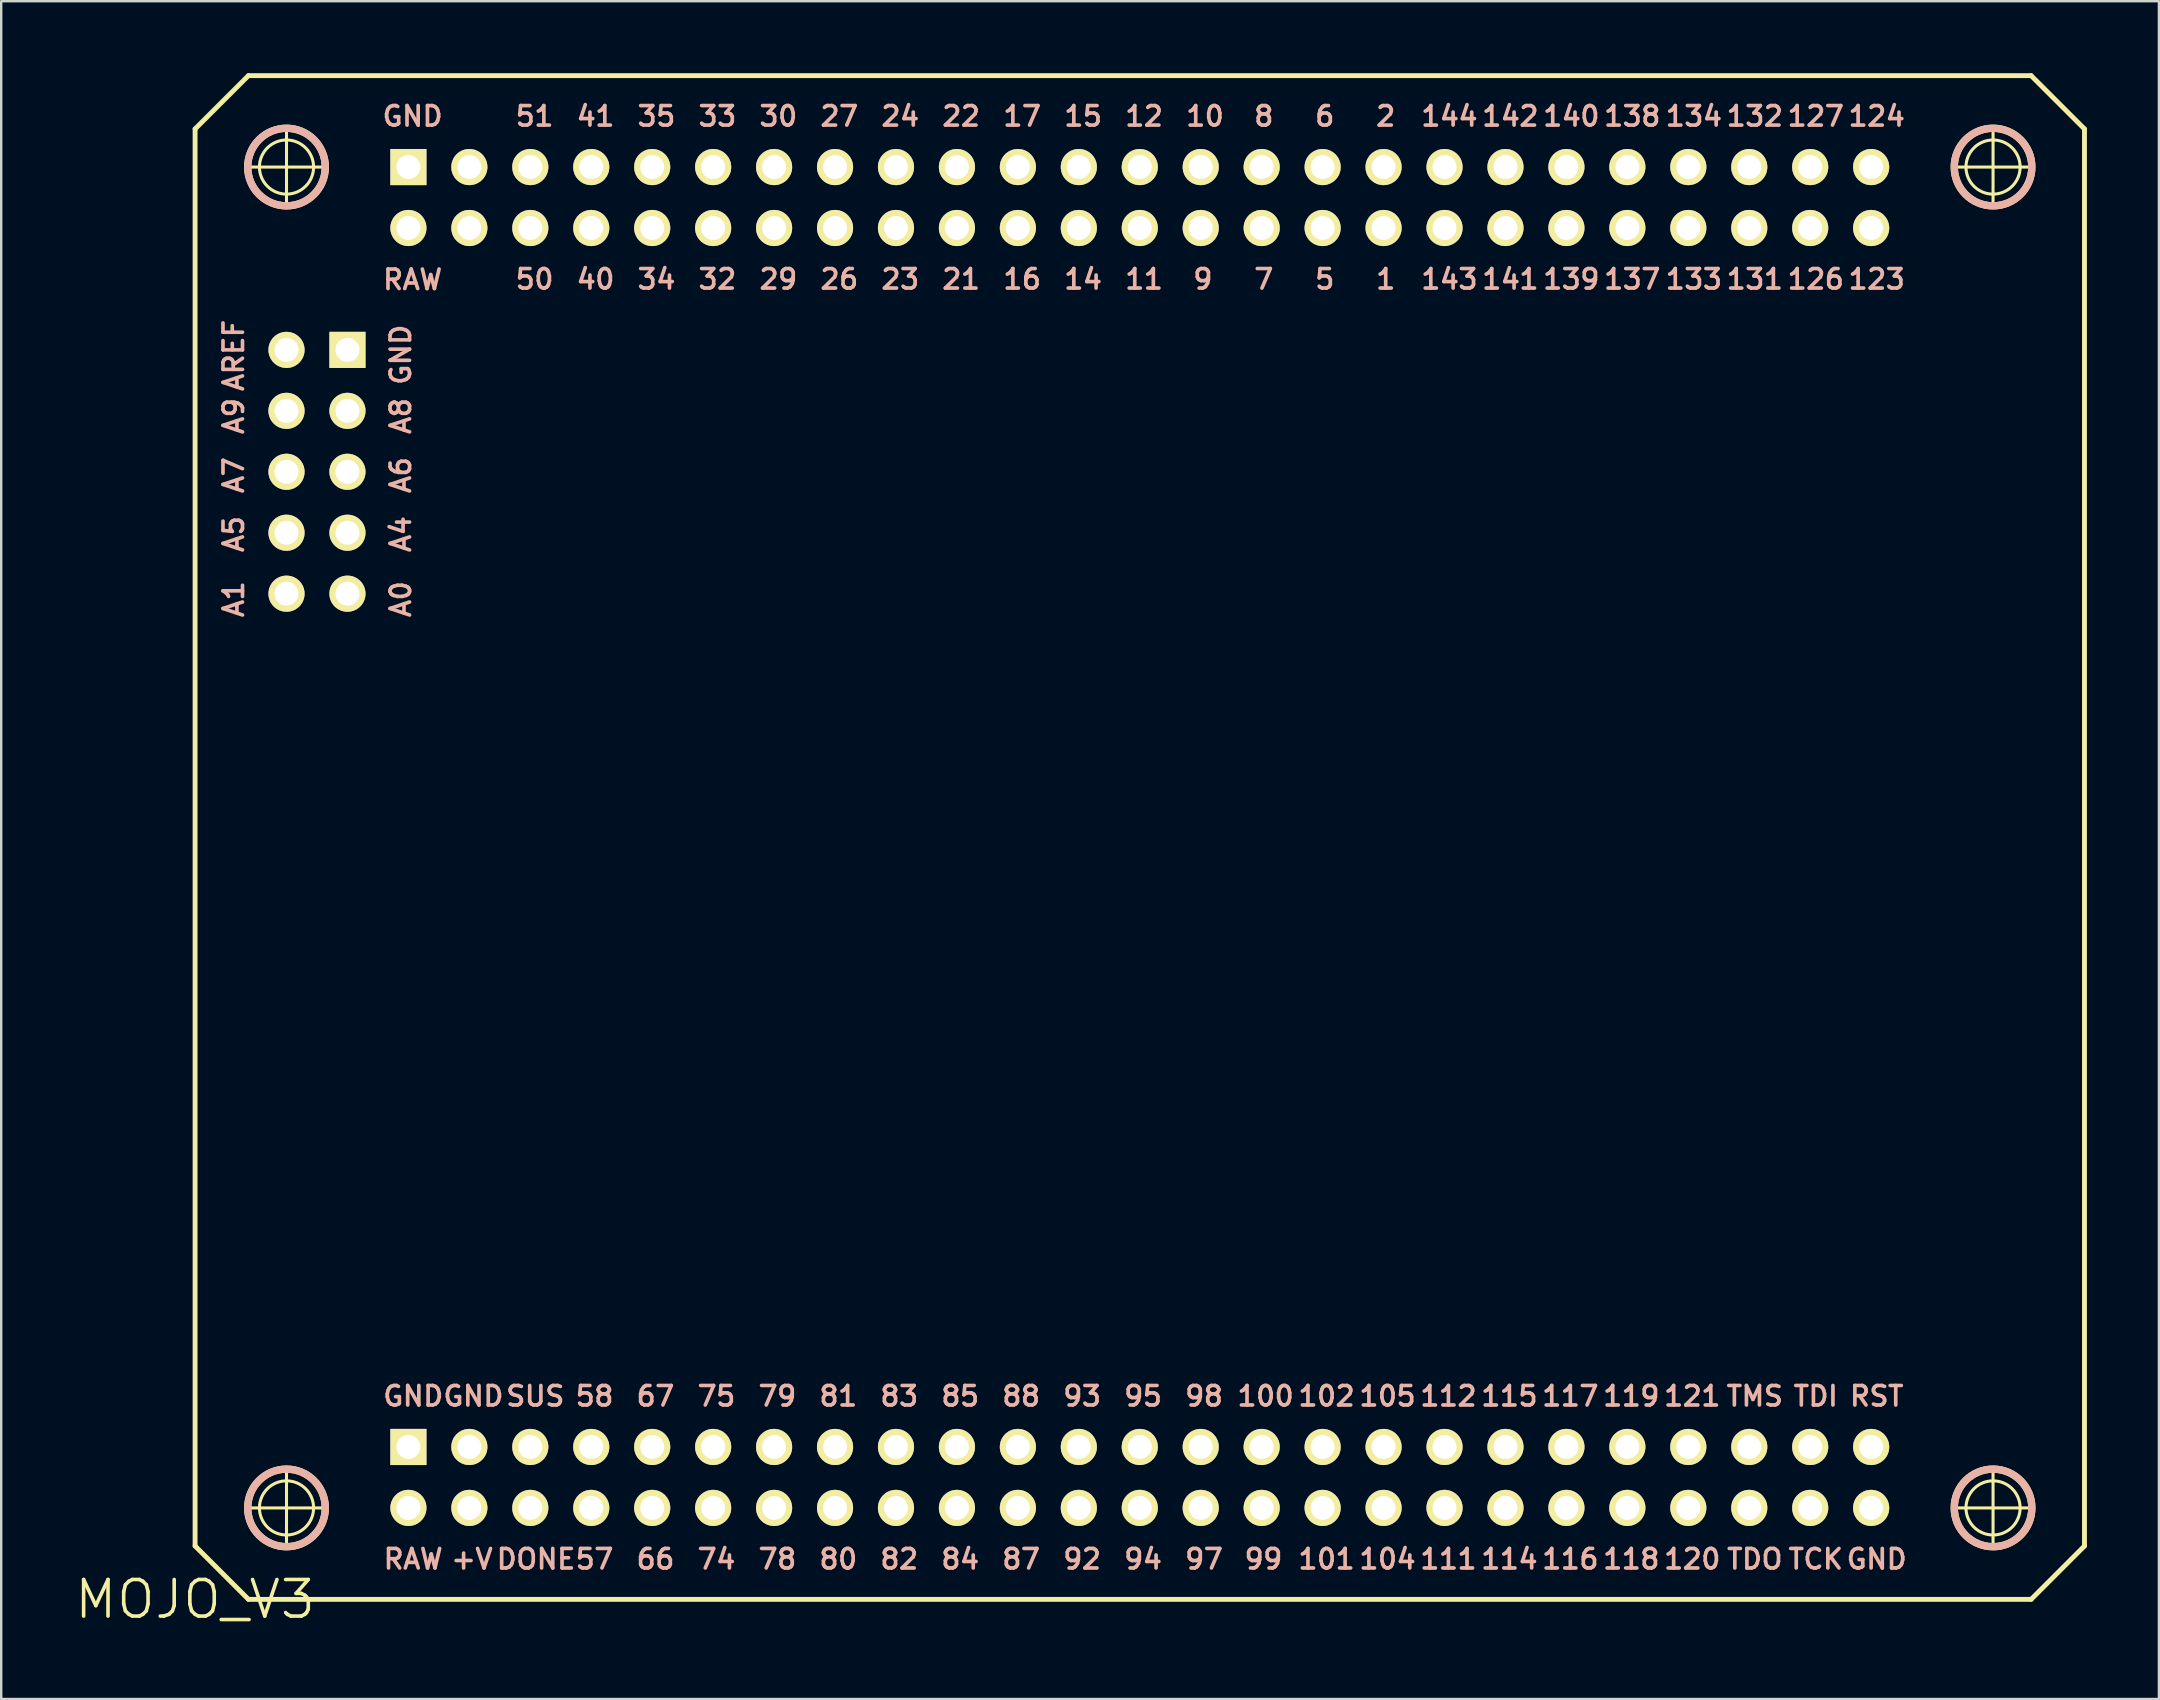
<source format=kicad_pcb>
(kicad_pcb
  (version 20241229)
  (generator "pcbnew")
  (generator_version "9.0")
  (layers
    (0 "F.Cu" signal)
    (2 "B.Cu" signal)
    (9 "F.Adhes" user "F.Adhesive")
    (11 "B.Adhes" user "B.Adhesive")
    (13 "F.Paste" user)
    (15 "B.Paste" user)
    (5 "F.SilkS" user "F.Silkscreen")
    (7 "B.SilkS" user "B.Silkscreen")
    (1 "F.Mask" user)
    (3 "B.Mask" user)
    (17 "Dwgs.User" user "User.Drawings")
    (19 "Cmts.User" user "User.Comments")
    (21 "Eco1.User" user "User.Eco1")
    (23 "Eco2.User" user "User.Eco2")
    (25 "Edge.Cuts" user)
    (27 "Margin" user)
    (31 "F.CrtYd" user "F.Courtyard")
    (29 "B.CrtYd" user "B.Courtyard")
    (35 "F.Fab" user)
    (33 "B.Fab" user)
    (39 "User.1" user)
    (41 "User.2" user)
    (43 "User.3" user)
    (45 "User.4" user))
  (footprint "MOJO_V3"
    (layer "F.Cu")
    (at 5.08 63.602)
    (property "Reference" "MOJO_V3" (at 0 0 0) (layer "F.SilkS") (effects (font (size 1.524 1.524) (thickness 0.15))))
    (attr exclude_from_pos_files exclude_from_bom)
    (fp_line (start 0 -61.278) (end 0 -2.223) (stroke (width 0.203) (type solid)) (layer "F.SilkS"))
    (fp_line (start 0 -2.223) (end 2.223 0) (stroke (width 0.203) (type solid)) (layer "F.SilkS"))
    (fp_line (start 2.21 -59.69) (end 5.408 -59.69) (stroke (width 0.127) (type solid)) (layer "F.SilkS"))
    (fp_line (start 2.21 -3.81) (end 5.408 -3.81) (stroke (width 0.127) (type solid)) (layer "F.SilkS"))
    (fp_line (start 2.223 -63.5) (end 0 -61.278) (stroke (width 0.203) (type solid)) (layer "F.SilkS"))
    (fp_line (start 2.223 0) (end 76.517 0) (stroke (width 0.203) (type solid)) (layer "F.SilkS"))
    (fp_line (start 3.81 -58.09) (end 3.81 -61.288) (stroke (width 0.127) (type solid)) (layer "F.SilkS"))
    (fp_line (start 3.81 -2.21) (end 3.81 -5.408) (stroke (width 0.127) (type solid)) (layer "F.SilkS"))
    (fp_line (start 73.33 -59.69) (end 76.528 -59.69) (stroke (width 0.127) (type solid)) (layer "F.SilkS"))
    (fp_line (start 73.33 -3.81) (end 76.528 -3.81) (stroke (width 0.127) (type solid)) (layer "F.SilkS"))
    (fp_line (start 74.93 -58.09) (end 74.93 -61.288) (stroke (width 0.127) (type solid)) (layer "F.SilkS"))
    (fp_line (start 74.93 -2.21) (end 74.93 -5.408) (stroke (width 0.127) (type solid)) (layer "F.SilkS"))
    (fp_line (start 76.517 -63.5) (end 2.223 -63.5) (stroke (width 0.203) (type solid)) (layer "F.SilkS"))
    (fp_line (start 76.517 0) (end 78.74 -2.223) (stroke (width 0.203) (type solid)) (layer "F.SilkS"))
    (fp_line (start 78.74 -61.278) (end 76.517 -63.5) (stroke (width 0.203) (type solid)) (layer "F.SilkS"))
    (fp_line (start 78.74 -2.223) (end 78.74 -61.278) (stroke (width 0.203) (type solid)) (layer "F.SilkS"))
    (fp_circle (center 3.81 -59.69) (end 4.608 -60.488) (stroke (width 0.127) (type solid)) (fill no) (layer "F.SilkS"))
    (fp_circle (center 3.81 -59.69) (end 4.953 -60.833) (stroke (width 0.305) (type solid)) (fill no) (layer "F.SilkS"))
    (fp_circle (center 3.81 -3.81) (end 4.608 -4.608) (stroke (width 0.127) (type solid)) (fill no) (layer "F.SilkS"))
    (fp_circle (center 3.81 -3.81) (end 4.953 -4.953) (stroke (width 0.305) (type solid)) (fill no) (layer "F.SilkS"))
    (fp_circle (center 74.93 -59.69) (end 75.728 -60.488) (stroke (width 0.127) (type solid)) (fill no) (layer "F.SilkS"))
    (fp_circle (center 74.93 -59.69) (end 76.073 -60.833) (stroke (width 0.305) (type solid)) (fill no) (layer "F.SilkS"))
    (fp_circle (center 74.93 -3.81) (end 75.728 -4.608) (stroke (width 0.127) (type solid)) (fill no) (layer "F.SilkS"))
    (fp_circle (center 74.93 -3.81) (end 76.073 -4.953) (stroke (width 0.305) (type solid)) (fill no) (layer "F.SilkS"))
    (fp_circle (center 3.81 -59.69) (end 4.953 -60.833) (stroke (width 0.305) (type solid)) (fill no) (layer "B.SilkS"))
    (fp_circle (center 3.81 -3.81) (end 4.953 -4.953) (stroke (width 0.305) (type solid)) (fill no) (layer "B.SilkS"))
    (fp_circle (center 74.93 -59.69) (end 76.073 -60.833) (stroke (width 0.305) (type solid)) (fill no) (layer "B.SilkS"))
    (fp_circle (center 74.93 -3.81) (end 76.073 -4.953) (stroke (width 0.305) (type solid)) (fill no) (layer "B.SilkS"))
    (fp_text user "124" (at 70.081 -61.808 0) (layer "B.SilkS") (effects (font (size 0.813 0.813) (thickness 0.152))))
    (fp_text user "TDO" (at 65.001 -1.676 0) (layer "B.SilkS") (effects (font (size 0.813 0.813) (thickness 0.152))))
    (fp_text user "119" (at 59.853 -8.468 0) (layer "B.SilkS") (effects (font (size 0.813 0.813) (thickness 0.152))))
    (fp_text user "143" (at 52.273 -55.016 0) (layer "B.SilkS") (effects (font (size 0.813 0.813) (thickness 0.152))))
    (fp_text user "34" (at 19.228 -55.016 0) (layer "B.SilkS") (effects (font (size 0.813 0.813) (thickness 0.152))))
    (fp_text user "21" (at 31.925 -55.016 0) (layer "B.SilkS") (effects (font (size 0.813 0.813) (thickness 0.152))))
    (fp_text user "93" (at 36.967 -8.468 0) (layer "B.SilkS") (effects (font (size 0.813 0.813) (thickness 0.152))))
    (fp_text user "1" (at 49.619 -55.016 0) (layer "B.SilkS") (effects (font (size 0.813 0.813) (thickness 0.152))))
    (fp_text user "83" (at 29.347 -8.468 0) (layer "B.SilkS") (effects (font (size 0.813 0.813) (thickness 0.152))))
    (fp_text user "84" (at 31.887 -1.676 0) (layer "B.SilkS") (effects (font (size 0.813 0.813) (thickness 0.152))))
    (fp_text user "A4" (at 8.57 -44.392 270) (layer "B.SilkS") (effects (font (size 0.813 0.813) (thickness 0.152))))
    (fp_text user "117" (at 57.313 -8.468 0) (layer "B.SilkS") (effects (font (size 0.813 0.813) (thickness 0.152))))
    (fp_text user "58" (at 16.647 -8.468 0) (layer "B.SilkS") (effects (font (size 0.813 0.813) (thickness 0.152))))
    (fp_text user "24" (at 29.388 -61.808 0) (layer "B.SilkS") (effects (font (size 0.813 0.813) (thickness 0.152))))
    (fp_text user "134" (at 62.461 -61.808 0) (layer "B.SilkS") (effects (font (size 0.813 0.813) (thickness 0.152))))
    (fp_text user "A8" (at 8.57 -49.312 270) (layer "B.SilkS") (effects (font (size 0.813 0.813) (thickness 0.152))))
    (fp_text user "5" (at 47.079 -55.016 0) (layer "B.SilkS") (effects (font (size 0.813 0.813) (thickness 0.152))))
    (fp_text user "132" (at 65.001 -61.808 0) (layer "B.SilkS") (effects (font (size 0.813 0.813) (thickness 0.152))))
    (fp_text user "79" (at 24.267 -8.468 0) (layer "B.SilkS") (effects (font (size 0.813 0.813) (thickness 0.152))))
    (fp_text user "9" (at 41.999 -55.016 0) (layer "B.SilkS") (effects (font (size 0.813 0.813) (thickness 0.152))))
    (fp_text user "TCK" (at 67.541 -1.676 0) (layer "B.SilkS") (effects (font (size 0.813 0.813) (thickness 0.152))))
    (fp_text user "137" (at 59.893 -55.016 0) (layer "B.SilkS") (effects (font (size 0.813 0.813) (thickness 0.152))))
    (fp_text user "127" (at 67.541 -61.808 0) (layer "B.SilkS") (effects (font (size 0.813 0.813) (thickness 0.152))))
    (fp_text user "14" (at 37.008 -55.016 0) (layer "B.SilkS") (effects (font (size 0.813 0.813) (thickness 0.152))))
    (fp_text user "22" (at 31.925 -61.808 0) (layer "B.SilkS") (effects (font (size 0.813 0.813) (thickness 0.152))))
    (fp_text user "92" (at 36.967 -1.676 0) (layer "B.SilkS") (effects (font (size 0.813 0.813) (thickness 0.152))))
    (fp_text user "140" (at 57.353 -61.808 0) (layer "B.SilkS") (effects (font (size 0.813 0.813) (thickness 0.152))))
    (fp_text user "A0" (at 8.57 -41.681 270) (layer "B.SilkS") (effects (font (size 0.813 0.813) (thickness 0.152))))
    (fp_text user "A1" (at 1.608 -41.681 270) (layer "B.SilkS") (effects (font (size 0.813 0.813) (thickness 0.152))))
    (fp_text user "94" (at 39.507 -1.676 0) (layer "B.SilkS") (effects (font (size 0.813 0.813) (thickness 0.152))))
    (fp_text user "57" (at 16.647 -1.676 0) (layer "B.SilkS") (effects (font (size 0.813 0.813) (thickness 0.152))))
    (fp_text user "A6" (at 8.57 -46.85 270) (layer "B.SilkS") (effects (font (size 0.813 0.813) (thickness 0.152))))
    (fp_text user "139" (at 57.353 -55.016 0) (layer "B.SilkS") (effects (font (size 0.813 0.813) (thickness 0.152))))
    (fp_text user "114" (at 54.773 -1.676 0) (layer "B.SilkS") (effects (font (size 0.813 0.813) (thickness 0.152))))
    (fp_text user "2" (at 49.619 -61.808 0) (layer "B.SilkS") (effects (font (size 0.813 0.813) (thickness 0.152))))
    (fp_text user "123" (at 70.081 -55.016 0) (layer "B.SilkS") (effects (font (size 0.813 0.813) (thickness 0.152))))
    (fp_text user "85" (at 31.887 -8.468 0) (layer "B.SilkS") (effects (font (size 0.813 0.813) (thickness 0.152))))
    (fp_text user "26" (at 26.848 -55.016 0) (layer "B.SilkS") (effects (font (size 0.813 0.813) (thickness 0.152))))
    (fp_text user "97" (at 42.047 -1.676 0) (layer "B.SilkS") (effects (font (size 0.813 0.813) (thickness 0.152))))
    (fp_text user "41" (at 16.688 -61.808 0) (layer "B.SilkS") (effects (font (size 0.813 0.813) (thickness 0.152))))
    (fp_text user "144" (at 52.273 -61.808 0) (layer "B.SilkS") (effects (font (size 0.813 0.813) (thickness 0.152))))
    (fp_text user "40" (at 16.688 -55.016 0) (layer "B.SilkS") (effects (font (size 0.813 0.813) (thickness 0.152))))
    (fp_text user "111" (at 52.233 -1.676 0) (layer "B.SilkS") (effects (font (size 0.813 0.813) (thickness 0.152))))
    (fp_text user "95" (at 39.507 -8.468 0) (layer "B.SilkS") (effects (font (size 0.813 0.813) (thickness 0.152))))
    (fp_text user "A7" (at 1.608 -46.85 270) (layer "B.SilkS") (effects (font (size 0.813 0.813) (thickness 0.152))))
    (fp_text user "RST" (at 70.081 -8.468 0) (layer "B.SilkS") (effects (font (size 0.813 0.813) (thickness 0.152))))
    (fp_text user "74" (at 21.727 -1.676 0) (layer "B.SilkS") (effects (font (size 0.813 0.813) (thickness 0.152))))
    (fp_text user "7" (at 44.539 -55.016 0) (layer "B.SilkS") (effects (font (size 0.813 0.813) (thickness 0.152))))
    (fp_text user "AREF" (at 1.608 -51.839 270) (layer "B.SilkS") (effects (font (size 0.813 0.813) (thickness 0.152))))
    (fp_text user "23" (at 29.388 -55.016 0) (layer "B.SilkS") (effects (font (size 0.813 0.813) (thickness 0.152))))
    (fp_text user "10" (at 42.088 -61.808 0) (layer "B.SilkS") (effects (font (size 0.813 0.813) (thickness 0.152))))
    (fp_text user "99" (at 44.524 -1.676 0) (layer "B.SilkS") (effects (font (size 0.813 0.813) (thickness 0.152))))
    (fp_text user "GND" (at 11.6 -8.468 0) (layer "B.SilkS") (effects (font (size 0.813 0.813) (thickness 0.152))))
    (fp_text user "121" (at 62.393 -8.468 0) (layer "B.SilkS") (effects (font (size 0.813 0.813) (thickness 0.152))))
    (fp_text user "+V" (at 11.539 -1.676 0) (layer "B.SilkS") (effects (font (size 0.813 0.813) (thickness 0.152))))
    (fp_text user "87" (at 34.427 -1.676 0) (layer "B.SilkS") (effects (font (size 0.813 0.813) (thickness 0.152))))
    (fp_text user "81" (at 26.807 -8.468 0) (layer "B.SilkS") (effects (font (size 0.813 0.813) (thickness 0.152))))
    (fp_text user "67" (at 19.187 -8.468 0) (layer "B.SilkS") (effects (font (size 0.813 0.813) (thickness 0.152))))
    (fp_text user "GND" (at 9.093 -8.468 0) (layer "B.SilkS") (effects (font (size 0.813 0.813) (thickness 0.152))))
    (fp_text user "17" (at 34.468 -61.808 0) (layer "B.SilkS") (effects (font (size 0.813 0.813) (thickness 0.152))))
    (fp_text user "98" (at 42.047 -8.468 0) (layer "B.SilkS") (effects (font (size 0.813 0.813) (thickness 0.152))))
    (fp_text user "118" (at 59.853 -1.676 0) (layer "B.SilkS") (effects (font (size 0.813 0.813) (thickness 0.152))))
    (fp_text user "82" (at 29.347 -1.676 0) (layer "B.SilkS") (effects (font (size 0.813 0.813) (thickness 0.152))))
    (fp_text user "A5" (at 1.608 -44.392 270) (layer "B.SilkS") (effects (font (size 0.813 0.813) (thickness 0.152))))
    (fp_text user "51" (at 14.148 -61.808 0) (layer "B.SilkS") (effects (font (size 0.813 0.813) (thickness 0.152))))
    (fp_text user "141" (at 54.813 -55.016 0) (layer "B.SilkS") (effects (font (size 0.813 0.813) (thickness 0.152))))
    (fp_text user "115" (at 54.773 -8.468 0) (layer "B.SilkS") (effects (font (size 0.813 0.813) (thickness 0.152))))
    (fp_text user "6" (at 47.079 -61.808 0) (layer "B.SilkS") (effects (font (size 0.813 0.813) (thickness 0.152))))
    (fp_text user "133" (at 62.461 -55.016 0) (layer "B.SilkS") (effects (font (size 0.813 0.813) (thickness 0.152))))
    (fp_text user "102" (at 47.153 -8.468 0) (layer "B.SilkS") (effects (font (size 0.813 0.813) (thickness 0.152))))
    (fp_text user "120" (at 62.393 -1.676 0) (layer "B.SilkS") (effects (font (size 0.813 0.813) (thickness 0.152))))
    (fp_text user "131" (at 65.001 -55.016 0) (layer "B.SilkS") (effects (font (size 0.813 0.813) (thickness 0.152))))
    (fp_text user "30" (at 24.308 -61.808 0) (layer "B.SilkS") (effects (font (size 0.813 0.813) (thickness 0.152))))
    (fp_text user "80" (at 26.807 -1.676 0) (layer "B.SilkS") (effects (font (size 0.813 0.813) (thickness 0.152))))
    (fp_text user "33" (at 21.768 -61.808 0) (layer "B.SilkS") (effects (font (size 0.813 0.813) (thickness 0.152))))
    (fp_text user "SUS" (at 14.178 -8.468 0) (layer "B.SilkS") (effects (font (size 0.813 0.813) (thickness 0.152))))
    (fp_text user "50" (at 14.148 -55.016 0) (layer "B.SilkS") (effects (font (size 0.813 0.813) (thickness 0.152))))
    (fp_text user "TMS" (at 65.001 -8.468 0) (layer "B.SilkS") (effects (font (size 0.813 0.813) (thickness 0.152))))
    (fp_text user "105" (at 49.693 -8.468 0) (layer "B.SilkS") (effects (font (size 0.813 0.813) (thickness 0.152))))
    (fp_text user "116" (at 57.313 -1.676 0) (layer "B.SilkS") (effects (font (size 0.813 0.813) (thickness 0.152))))
    (fp_text user "142" (at 54.813 -61.808 0) (layer "B.SilkS") (effects (font (size 0.813 0.813) (thickness 0.152))))
    (fp_text user "16" (at 34.468 -55.016 0) (layer "B.SilkS") (effects (font (size 0.813 0.813) (thickness 0.152))))
    (fp_text user "GND" (at 70.081 -1.676 0) (layer "B.SilkS") (effects (font (size 0.813 0.813) (thickness 0.152))))
    (fp_text user "TDI" (at 67.541 -8.468 0) (layer "B.SilkS") (effects (font (size 0.813 0.813) (thickness 0.152))))
    (fp_text user "GND" (at 8.57 -51.869 270) (layer "B.SilkS") (effects (font (size 0.813 0.813) (thickness 0.152))))
    (fp_text user "DONE" (at 14.209 -1.676 0) (layer "B.SilkS") (effects (font (size 0.813 0.813) (thickness 0.152))))
    (fp_text user "104" (at 49.693 -1.676 0) (layer "B.SilkS") (effects (font (size 0.813 0.813) (thickness 0.152))))
    (fp_text user "100" (at 44.613 -8.468 0) (layer "B.SilkS") (effects (font (size 0.813 0.813) (thickness 0.152))))
    (fp_text user "GND" (at 9.065 -61.808 0) (layer "B.SilkS") (effects (font (size 0.813 0.813) (thickness 0.152))))
    (fp_text user "75" (at 21.727 -8.468 0) (layer "B.SilkS") (effects (font (size 0.813 0.813) (thickness 0.152))))
    (fp_text user "11" (at 39.548 -55.016 0) (layer "B.SilkS") (effects (font (size 0.813 0.813) (thickness 0.152))))
    (fp_text user "8" (at 44.539 -61.808 0) (layer "B.SilkS") (effects (font (size 0.813 0.813) (thickness 0.152))))
    (fp_text user "78" (at 24.267 -1.676 0) (layer "B.SilkS") (effects (font (size 0.813 0.813) (thickness 0.152))))
    (fp_text user "66" (at 19.187 -1.676 0) (layer "B.SilkS") (effects (font (size 0.813 0.813) (thickness 0.152))))
    (fp_text user "35" (at 19.228 -61.808 0) (layer "B.SilkS") (effects (font (size 0.813 0.813) (thickness 0.152))))
    (fp_text user "15" (at 37.008 -61.808 0) (layer "B.SilkS") (effects (font (size 0.813 0.813) (thickness 0.152))))
    (fp_text user "88" (at 34.427 -8.468 0) (layer "B.SilkS") (effects (font (size 0.813 0.813) (thickness 0.152))))
    (fp_text user "112" (at 52.233 -8.468 0) (layer "B.SilkS") (effects (font (size 0.813 0.813) (thickness 0.152))))
    (fp_text user "27" (at 26.848 -61.808 0) (layer "B.SilkS") (effects (font (size 0.813 0.813) (thickness 0.152))))
    (fp_text user "138" (at 59.893 -61.808 0) (layer "B.SilkS") (effects (font (size 0.813 0.813) (thickness 0.152))))
    (fp_text user "RAW" (at 9.065 -54.996 0) (layer "B.SilkS") (effects (font (size 0.813 0.813) (thickness 0.152))))
    (fp_text user "29" (at 24.308 -55.016 0) (layer "B.SilkS") (effects (font (size 0.813 0.813) (thickness 0.152))))
    (fp_text user "12" (at 39.548 -61.808 0) (layer "B.SilkS") (effects (font (size 0.813 0.813) (thickness 0.152))))
    (fp_text user "32" (at 21.768 -55.016 0) (layer "B.SilkS") (effects (font (size 0.813 0.813) (thickness 0.152))))
    (fp_text user "A9" (at 1.608 -49.312 270) (layer "B.SilkS") (effects (font (size 0.813 0.813) (thickness 0.152))))
    (fp_text user "RAW" (at 9.088 -1.676 0) (layer "B.SilkS") (effects (font (size 0.813 0.813) (thickness 0.152))))
    (fp_text user "126" (at 67.541 -55.016 0) (layer "B.SilkS") (effects (font (size 0.813 0.813) (thickness 0.152))))
    (fp_text user "101" (at 47.153 -1.676 0) (layer "B.SilkS") (effects (font (size 0.813 0.813) (thickness 0.152))))
    (pad "1" thru_hole circle (at 49.53 -57.15) (size 1.506 1.506) (drill 0.998) (layers "*.Cu" "F.Mask" "F.SilkS" "F.Paste"))
    (pad "2" thru_hole circle (at 49.53 -59.69) (size 1.506 1.506) (drill 0.998) (layers "*.Cu" "F.Mask" "F.SilkS" "F.Paste"))
    (pad "5" thru_hole circle (at 46.99 -57.15) (size 1.506 1.506) (drill 0.998) (layers "*.Cu" "F.Mask" "F.SilkS" "F.Paste"))
    (pad "6" thru_hole circle (at 46.99 -59.69) (size 1.506 1.506) (drill 0.998) (layers "*.Cu" "F.Mask" "F.SilkS" "F.Paste"))
    (pad "7" thru_hole circle (at 44.45 -57.15) (size 1.506 1.506) (drill 0.998) (layers "*.Cu" "F.Mask" "F.SilkS" "F.Paste"))
    (pad "8" thru_hole circle (at 44.45 -59.69) (size 1.506 1.506) (drill 0.998) (layers "*.Cu" "F.Mask" "F.SilkS" "F.Paste"))
    (pad "9" thru_hole circle (at 41.91 -57.15) (size 1.506 1.506) (drill 0.998) (layers "*.Cu" "F.Mask" "F.SilkS" "F.Paste"))
    (pad "10" thru_hole circle (at 41.91 -59.69) (size 1.506 1.506) (drill 0.998) (layers "*.Cu" "F.Mask" "F.SilkS" "F.Paste"))
    (pad "11" thru_hole circle (at 39.37 -57.15) (size 1.506 1.506) (drill 0.998) (layers "*.Cu" "F.Mask" "F.SilkS" "F.Paste"))
    (pad "12" thru_hole circle (at 39.37 -59.69) (size 1.506 1.506) (drill 0.998) (layers "*.Cu" "F.Mask" "F.SilkS" "F.Paste"))
    (pad "14" thru_hole circle (at 36.83 -57.15) (size 1.506 1.506) (drill 0.998) (layers "*.Cu" "F.Mask" "F.SilkS" "F.Paste"))
    (pad "15" thru_hole circle (at 36.83 -59.69) (size 1.506 1.506) (drill 0.998) (layers "*.Cu" "F.Mask" "F.SilkS" "F.Paste"))
    (pad "16" thru_hole circle (at 34.29 -57.15) (size 1.506 1.506) (drill 0.998) (layers "*.Cu" "F.Mask" "F.SilkS" "F.Paste"))
    (pad "17" thru_hole circle (at 34.29 -59.69) (size 1.506 1.506) (drill 0.998) (layers "*.Cu" "F.Mask" "F.SilkS" "F.Paste"))
    (pad "21" thru_hole circle (at 31.75 -57.15) (size 1.506 1.506) (drill 0.998) (layers "*.Cu" "F.Mask" "F.SilkS" "F.Paste"))
    (pad "22" thru_hole circle (at 31.75 -59.69) (size 1.506 1.506) (drill 0.998) (layers "*.Cu" "F.Mask" "F.SilkS" "F.Paste"))
    (pad "23" thru_hole circle (at 29.21 -57.15) (size 1.506 1.506) (drill 0.998) (layers "*.Cu" "F.Mask" "F.SilkS" "F.Paste"))
    (pad "24" thru_hole circle (at 29.21 -59.69) (size 1.506 1.506) (drill 0.998) (layers "*.Cu" "F.Mask" "F.SilkS" "F.Paste"))
    (pad "26" thru_hole circle (at 26.67 -57.15) (size 1.506 1.506) (drill 0.998) (layers "*.Cu" "F.Mask" "F.SilkS" "F.Paste"))
    (pad "27" thru_hole circle (at 26.67 -59.69) (size 1.506 1.506) (drill 0.998) (layers "*.Cu" "F.Mask" "F.SilkS" "F.Paste"))
    (pad "29" thru_hole circle (at 24.13 -57.15) (size 1.506 1.506) (drill 0.998) (layers "*.Cu" "F.Mask" "F.SilkS" "F.Paste"))
    (pad "30" thru_hole circle (at 24.13 -59.69) (size 1.506 1.506) (drill 0.998) (layers "*.Cu" "F.Mask" "F.SilkS" "F.Paste"))
    (pad "32" thru_hole circle (at 21.59 -57.15) (size 1.506 1.506) (drill 0.998) (layers "*.Cu" "F.Mask" "F.SilkS" "F.Paste"))
    (pad "33" thru_hole circle (at 21.59 -59.69) (size 1.506 1.506) (drill 0.998) (layers "*.Cu" "F.Mask" "F.SilkS" "F.Paste"))
    (pad "34" thru_hole circle (at 19.05 -57.15) (size 1.506 1.506) (drill 0.998) (layers "*.Cu" "F.Mask" "F.SilkS" "F.Paste"))
    (pad "35" thru_hole circle (at 19.05 -59.69) (size 1.506 1.506) (drill 0.998) (layers "*.Cu" "F.Mask" "F.SilkS" "F.Paste"))
    (pad "40" thru_hole circle (at 16.51 -57.15) (size 1.506 1.506) (drill 0.998) (layers "*.Cu" "F.Mask" "F.SilkS" "F.Paste"))
    (pad "41" thru_hole circle (at 16.51 -59.69) (size 1.506 1.506) (drill 0.998) (layers "*.Cu" "F.Mask" "F.SilkS" "F.Paste"))
    (pad "50" thru_hole circle (at 13.97 -57.15) (size 1.506 1.506) (drill 0.998) (layers "*.Cu" "F.Mask" "F.SilkS" "F.Paste"))
    (pad "51" thru_hole circle (at 13.97 -59.69) (size 1.506 1.506) (drill 0.998) (layers "*.Cu" "F.Mask" "F.SilkS" "F.Paste"))
    (pad "57" thru_hole circle (at 16.51 -3.81) (size 1.506 1.506) (drill 0.998) (layers "*.Cu" "F.Mask" "F.SilkS" "F.Paste"))
    (pad "58" thru_hole circle (at 16.51 -6.35) (size 1.506 1.506) (drill 0.998) (layers "*.Cu" "F.Mask" "F.SilkS" "F.Paste"))
    (pad "66" thru_hole circle (at 19.05 -3.81) (size 1.506 1.506) (drill 0.998) (layers "*.Cu" "F.Mask" "F.SilkS" "F.Paste"))
    (pad "67" thru_hole circle (at 19.05 -6.35) (size 1.506 1.506) (drill 0.998) (layers "*.Cu" "F.Mask" "F.SilkS" "F.Paste"))
    (pad "74" thru_hole circle (at 21.59 -3.81) (size 1.506 1.506) (drill 0.998) (layers "*.Cu" "F.Mask" "F.SilkS" "F.Paste"))
    (pad "75" thru_hole circle (at 21.59 -6.35) (size 1.506 1.506) (drill 0.998) (layers "*.Cu" "F.Mask" "F.SilkS" "F.Paste"))
    (pad "78" thru_hole circle (at 24.13 -3.81) (size 1.506 1.506) (drill 0.998) (layers "*.Cu" "F.Mask" "F.SilkS" "F.Paste"))
    (pad "79" thru_hole circle (at 24.13 -6.35) (size 1.506 1.506) (drill 0.998) (layers "*.Cu" "F.Mask" "F.SilkS" "F.Paste"))
    (pad "80" thru_hole circle (at 26.67 -3.81) (size 1.506 1.506) (drill 0.998) (layers "*.Cu" "F.Mask" "F.SilkS" "F.Paste"))
    (pad "81" thru_hole circle (at 26.67 -6.35) (size 1.506 1.506) (drill 0.998) (layers "*.Cu" "F.Mask" "F.SilkS" "F.Paste"))
    (pad "82" thru_hole circle (at 29.21 -3.81) (size 1.506 1.506) (drill 0.998) (layers "*.Cu" "F.Mask" "F.SilkS" "F.Paste"))
    (pad "83" thru_hole circle (at 29.21 -6.35) (size 1.506 1.506) (drill 0.998) (layers "*.Cu" "F.Mask" "F.SilkS" "F.Paste"))
    (pad "84" thru_hole circle (at 31.75 -3.81) (size 1.506 1.506) (drill 0.998) (layers "*.Cu" "F.Mask" "F.SilkS" "F.Paste"))
    (pad "85" thru_hole circle (at 31.75 -6.35) (size 1.506 1.506) (drill 0.998) (layers "*.Cu" "F.Mask" "F.SilkS" "F.Paste"))
    (pad "87" thru_hole circle (at 34.29 -3.81) (size 1.506 1.506) (drill 0.998) (layers "*.Cu" "F.Mask" "F.SilkS" "F.Paste"))
    (pad "88" thru_hole circle (at 34.29 -6.35) (size 1.506 1.506) (drill 0.998) (layers "*.Cu" "F.Mask" "F.SilkS" "F.Paste"))
    (pad "92" thru_hole circle (at 36.83 -3.81) (size 1.506 1.506) (drill 0.998) (layers "*.Cu" "F.Mask" "F.SilkS" "F.Paste"))
    (pad "93" thru_hole circle (at 36.83 -6.35) (size 1.506 1.506) (drill 0.998) (layers "*.Cu" "F.Mask" "F.SilkS" "F.Paste"))
    (pad "94" thru_hole circle (at 39.37 -3.81) (size 1.506 1.506) (drill 0.998) (layers "*.Cu" "F.Mask" "F.SilkS" "F.Paste"))
    (pad "95" thru_hole circle (at 39.37 -6.35) (size 1.506 1.506) (drill 0.998) (layers "*.Cu" "F.Mask" "F.SilkS" "F.Paste"))
    (pad "97" thru_hole circle (at 41.91 -3.81) (size 1.506 1.506) (drill 0.998) (layers "*.Cu" "F.Mask" "F.SilkS" "F.Paste"))
    (pad "98" thru_hole circle (at 41.91 -6.35) (size 1.506 1.506) (drill 0.998) (layers "*.Cu" "F.Mask" "F.SilkS" "F.Paste"))
    (pad "99" thru_hole circle (at 44.45 -3.81) (size 1.506 1.506) (drill 0.998) (layers "*.Cu" "F.Mask" "F.SilkS" "F.Paste"))
    (pad "100" thru_hole circle (at 44.45 -6.35) (size 1.506 1.506) (drill 0.998) (layers "*.Cu" "F.Mask" "F.SilkS" "F.Paste"))
    (pad "101" thru_hole circle (at 46.99 -3.81) (size 1.506 1.506) (drill 0.998) (layers "*.Cu" "F.Mask" "F.SilkS" "F.Paste"))
    (pad "102" thru_hole circle (at 46.99 -6.35) (size 1.506 1.506) (drill 0.998) (layers "*.Cu" "F.Mask" "F.SilkS" "F.Paste"))
    (pad "104" thru_hole circle (at 49.53 -3.81) (size 1.506 1.506) (drill 0.998) (layers "*.Cu" "F.Mask" "F.SilkS" "F.Paste"))
    (pad "105" thru_hole circle (at 49.53 -6.35) (size 1.506 1.506) (drill 0.998) (layers "*.Cu" "F.Mask" "F.SilkS" "F.Paste"))
    (pad "111" thru_hole circle (at 52.07 -3.81) (size 1.506 1.506) (drill 0.998) (layers "*.Cu" "F.Mask" "F.SilkS" "F.Paste"))
    (pad "112" thru_hole circle (at 52.07 -6.35) (size 1.506 1.506) (drill 0.998) (layers "*.Cu" "F.Mask" "F.SilkS" "F.Paste"))
    (pad "114" thru_hole circle (at 54.61 -3.81) (size 1.506 1.506) (drill 0.998) (layers "*.Cu" "F.Mask" "F.SilkS" "F.Paste"))
    (pad "115" thru_hole circle (at 54.61 -6.35) (size 1.506 1.506) (drill 0.998) (layers "*.Cu" "F.Mask" "F.SilkS" "F.Paste"))
    (pad "116" thru_hole circle (at 57.15 -3.81) (size 1.506 1.506) (drill 0.998) (layers "*.Cu" "F.Mask" "F.SilkS" "F.Paste"))
    (pad "117" thru_hole circle (at 57.15 -6.35) (size 1.506 1.506) (drill 0.998) (layers "*.Cu" "F.Mask" "F.SilkS" "F.Paste"))
    (pad "118" thru_hole circle (at 59.69 -3.81) (size 1.506 1.506) (drill 0.998) (layers "*.Cu" "F.Mask" "F.SilkS" "F.Paste"))
    (pad "119" thru_hole circle (at 59.69 -6.35) (size 1.506 1.506) (drill 0.998) (layers "*.Cu" "F.Mask" "F.SilkS" "F.Paste"))
    (pad "120" thru_hole circle (at 62.23 -3.81) (size 1.506 1.506) (drill 0.998) (layers "*.Cu" "F.Mask" "F.SilkS" "F.Paste"))
    (pad "121" thru_hole circle (at 62.23 -6.35) (size 1.506 1.506) (drill 0.998) (layers "*.Cu" "F.Mask" "F.SilkS" "F.Paste"))
    (pad "123" thru_hole circle (at 69.85 -57.15) (size 1.506 1.506) (drill 0.998) (layers "*.Cu" "F.Mask" "F.SilkS" "F.Paste"))
    (pad "124" thru_hole circle (at 69.85 -59.69) (size 1.506 1.506) (drill 0.998) (layers "*.Cu" "F.Mask" "F.SilkS" "F.Paste"))
    (pad "126" thru_hole circle (at 67.31 -57.15) (size 1.506 1.506) (drill 0.998) (layers "*.Cu" "F.Mask" "F.SilkS" "F.Paste"))
    (pad "127" thru_hole circle (at 67.31 -59.69) (size 1.506 1.506) (drill 0.998) (layers "*.Cu" "F.Mask" "F.SilkS" "F.Paste"))
    (pad "131" thru_hole circle (at 64.77 -57.15) (size 1.506 1.506) (drill 0.998) (layers "*.Cu" "F.Mask" "F.SilkS" "F.Paste"))
    (pad "132" thru_hole circle (at 64.77 -59.69) (size 1.506 1.506) (drill 0.998) (layers "*.Cu" "F.Mask" "F.SilkS" "F.Paste"))
    (pad "133" thru_hole circle (at 62.23 -57.15) (size 1.506 1.506) (drill 0.998) (layers "*.Cu" "F.Mask" "F.SilkS" "F.Paste"))
    (pad "134" thru_hole circle (at 62.23 -59.69) (size 1.506 1.506) (drill 0.998) (layers "*.Cu" "F.Mask" "F.SilkS" "F.Paste"))
    (pad "137" thru_hole circle (at 59.69 -57.15) (size 1.506 1.506) (drill 0.998) (layers "*.Cu" "F.Mask" "F.SilkS" "F.Paste"))
    (pad "138" thru_hole circle (at 59.69 -59.69) (size 1.506 1.506) (drill 0.998) (layers "*.Cu" "F.Mask" "F.SilkS" "F.Paste"))
    (pad "139" thru_hole circle (at 57.15 -57.15) (size 1.506 1.506) (drill 0.998) (layers "*.Cu" "F.Mask" "F.SilkS" "F.Paste"))
    (pad "140" thru_hole circle (at 57.15 -59.69) (size 1.506 1.506) (drill 0.998) (layers "*.Cu" "F.Mask" "F.SilkS" "F.Paste"))
    (pad "141" thru_hole circle (at 54.61 -57.15) (size 1.506 1.506) (drill 0.998) (layers "*.Cu" "F.Mask" "F.SilkS" "F.Paste"))
    (pad "142" thru_hole circle (at 54.61 -59.69) (size 1.506 1.506) (drill 0.998) (layers "*.Cu" "F.Mask" "F.SilkS" "F.Paste"))
    (pad "143" thru_hole circle (at 52.07 -57.15) (size 1.506 1.506) (drill 0.998) (layers "*.Cu" "F.Mask" "F.SilkS" "F.Paste"))
    (pad "144" thru_hole circle (at 52.07 -59.69) (size 1.506 1.506) (drill 0.998) (layers "*.Cu" "F.Mask" "F.SilkS" "F.Paste"))
    (pad "A0" thru_hole circle (at 6.35 -41.91) (size 1.506 1.506) (drill 0.998) (layers "*.Cu" "F.Mask" "F.SilkS" "F.Paste"))
    (pad "A1" thru_hole circle (at 3.81 -41.91) (size 1.506 1.506) (drill 0.998) (layers "*.Cu" "F.Mask" "F.SilkS" "F.Paste"))
    (pad "A4" thru_hole circle (at 6.35 -44.45) (size 1.506 1.506) (drill 0.998) (layers "*.Cu" "F.Mask" "F.SilkS" "F.Paste"))
    (pad "A5" thru_hole circle (at 3.81 -44.45) (size 1.506 1.506) (drill 0.998) (layers "*.Cu" "F.Mask" "F.SilkS" "F.Paste"))
    (pad "A6" thru_hole circle (at 6.35 -46.99) (size 1.506 1.506) (drill 0.998) (layers "*.Cu" "F.Mask" "F.SilkS" "F.Paste"))
    (pad "A7" thru_hole circle (at 3.81 -46.99) (size 1.506 1.506) (drill 0.998) (layers "*.Cu" "F.Mask" "F.SilkS" "F.Paste"))
    (pad "A8" thru_hole circle (at 6.35 -49.53) (size 1.506 1.506) (drill 0.998) (layers "*.Cu" "F.Mask" "F.SilkS" "F.Paste"))
    (pad "A9" thru_hole circle (at 3.81 -49.53) (size 1.506 1.506) (drill 0.998) (layers "*.Cu" "F.Mask" "F.SilkS" "F.Paste"))
    (pad "AREF" thru_hole circle (at 3.81 -52.07) (size 1.506 1.506) (drill 0.998) (layers "*.Cu" "F.Mask" "F.SilkS" "F.Paste"))
    (pad "DONE" thru_hole circle (at 13.97 -3.81) (size 1.506 1.506) (drill 0.998) (layers "*.Cu" "F.Mask" "F.SilkS" "F.Paste"))
    (pad "GND@" thru_hole rect (at 6.35 -52.07) (size 1.506 1.506) (drill 0.998) (layers "*.Cu" "F.Mask" "F.SilkS" "F.Paste"))
    (pad "GND@" thru_hole rect (at 8.89 -59.69) (size 1.506 1.506) (drill 0.998) (layers "*.Cu" "F.Mask" "F.SilkS" "F.Paste"))
    (pad "GND@" thru_hole rect (at 8.89 -6.35) (size 1.506 1.506) (drill 0.998) (layers "*.Cu" "F.Mask" "F.SilkS" "F.Paste"))
    (pad "GND@" thru_hole circle (at 11.43 -59.69) (size 1.506 1.506) (drill 0.998) (layers "*.Cu" "F.Mask" "F.SilkS" "F.Paste"))
    (pad "GND@" thru_hole circle (at 11.43 -6.35) (size 1.506 1.506) (drill 0.998) (layers "*.Cu" "F.Mask" "F.SilkS" "F.Paste"))
    (pad "GND@" thru_hole circle (at 69.85 -3.81) (size 1.506 1.506) (drill 0.998) (layers "*.Cu" "F.Mask" "F.SilkS" "F.Paste"))
    (pad "RAW@" thru_hole circle (at 8.89 -57.15) (size 1.506 1.506) (drill 0.998) (layers "*.Cu" "F.Mask" "F.SilkS" "F.Paste"))
    (pad "RAW@" thru_hole circle (at 8.89 -3.81) (size 1.506 1.506) (drill 0.998) (layers "*.Cu" "F.Mask" "F.SilkS" "F.Paste"))
    (pad "RST" thru_hole circle (at 69.85 -6.35) (size 1.506 1.506) (drill 0.998) (layers "*.Cu" "F.Mask" "F.SilkS" "F.Paste"))
    (pad "SUS" thru_hole circle (at 13.97 -6.35) (size 1.506 1.506) (drill 0.998) (layers "*.Cu" "F.Mask" "F.SilkS" "F.Paste"))
    (pad "TCK" thru_hole circle (at 67.31 -3.81) (size 1.506 1.506) (drill 0.998) (layers "*.Cu" "F.Mask" "F.SilkS" "F.Paste"))
    (pad "TDI" thru_hole circle (at 67.31 -6.35) (size 1.506 1.506) (drill 0.998) (layers "*.Cu" "F.Mask" "F.SilkS" "F.Paste"))
    (pad "TDO" thru_hole circle (at 64.77 -3.81) (size 1.506 1.506) (drill 0.998) (layers "*.Cu" "F.Mask" "F.SilkS" "F.Paste"))
    (pad "TMS" thru_hole circle (at 64.77 -6.35) (size 1.506 1.506) (drill 0.998) (layers "*.Cu" "F.Mask" "F.SilkS" "F.Paste"))
    (pad "V@1" thru_hole circle (at 11.43 -57.15) (size 1.506 1.506) (drill 0.998) (layers "*.Cu" "F.Mask" "F.SilkS" "F.Paste"))
    (pad "V@2" thru_hole circle (at 11.43 -3.81) (size 1.506 1.506) (drill 0.998) (layers "*.Cu" "F.Mask" "F.SilkS" "F.Paste")))
  (gr_rect
    (start -3 -3)
    (end 86.922 67.756)
    (stroke (width 0.1) (type default))
    (fill no)
    (layer "Edge.Cuts")))
</source>
